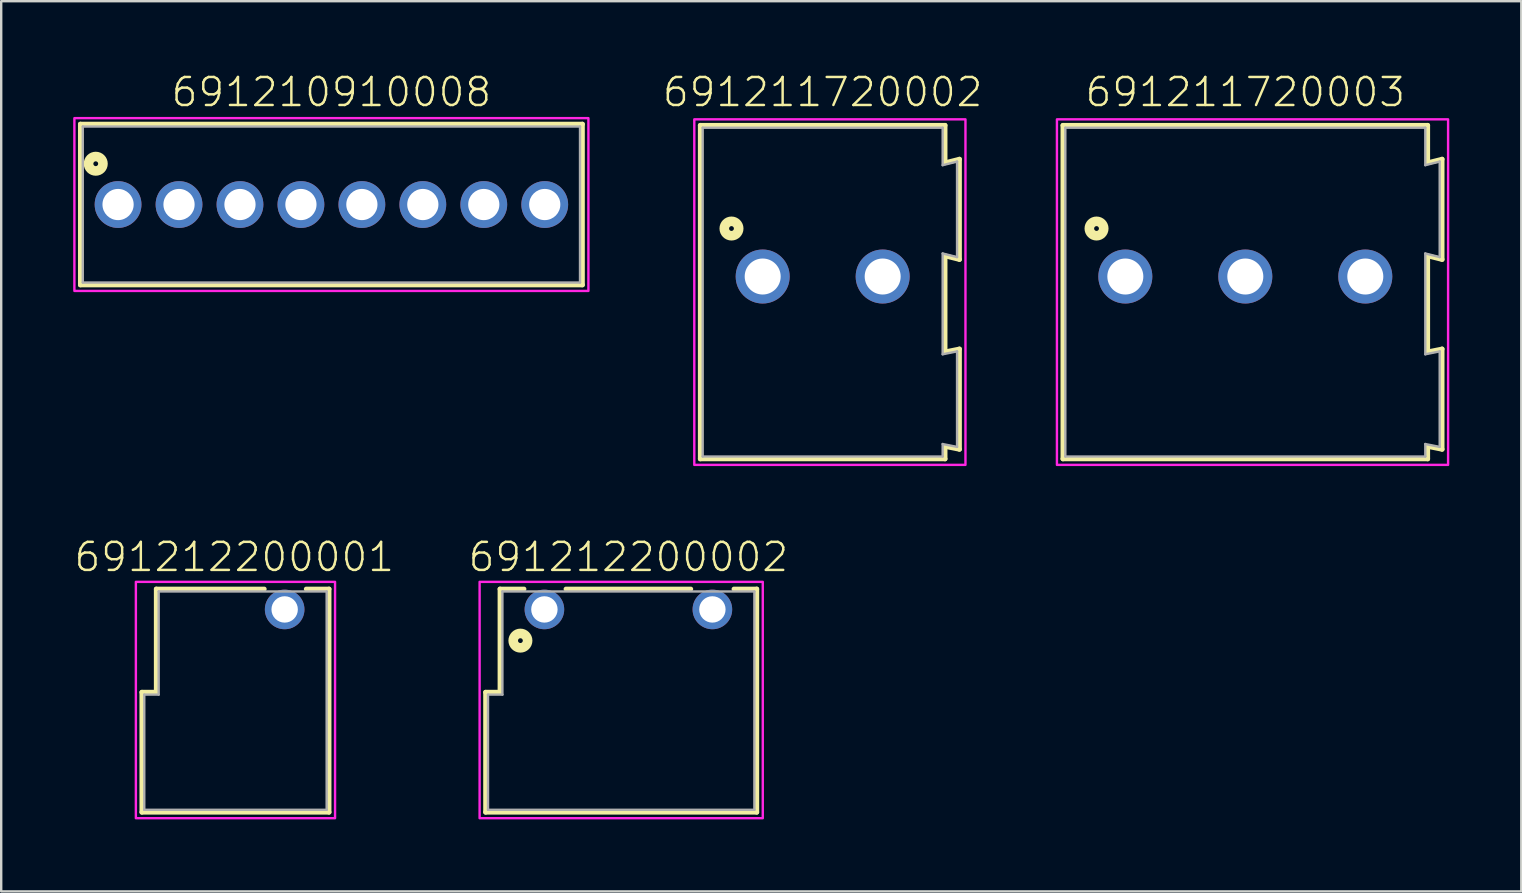
<source format=kicad_pcb>
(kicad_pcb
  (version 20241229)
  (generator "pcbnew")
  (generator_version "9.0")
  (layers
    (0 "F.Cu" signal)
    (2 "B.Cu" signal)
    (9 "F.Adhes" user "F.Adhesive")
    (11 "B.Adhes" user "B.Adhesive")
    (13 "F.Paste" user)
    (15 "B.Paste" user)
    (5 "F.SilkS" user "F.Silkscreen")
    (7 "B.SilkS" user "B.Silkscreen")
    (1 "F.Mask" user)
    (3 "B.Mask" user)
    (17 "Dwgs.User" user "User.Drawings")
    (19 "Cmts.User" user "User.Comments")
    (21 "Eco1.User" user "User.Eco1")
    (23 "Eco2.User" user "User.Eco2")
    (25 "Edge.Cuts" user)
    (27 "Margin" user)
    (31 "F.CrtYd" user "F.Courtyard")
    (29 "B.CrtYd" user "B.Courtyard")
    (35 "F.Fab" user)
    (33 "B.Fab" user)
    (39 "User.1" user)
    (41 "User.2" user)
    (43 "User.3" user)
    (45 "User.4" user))
  (footprint "691211720003"
    (layer "F.Cu")
    (at 48.844 8.473)
    (property "Reference" "691211720003" (at 0 -7 0) (unlocked yes) (layer "F.SilkS") (effects (font (size 1.168 1.168) (thickness 0.102)) (justify bottom)))
    (fp_line (start -7.6 -6.3) (end 7.6 -6.3) (stroke (width 0.2) (type solid)) (layer "F.SilkS"))
    (fp_line (start -7.6 7.6) (end -7.6 -6.3) (stroke (width 0.2) (type solid)) (layer "F.SilkS"))
    (fp_line (start 7.6 -6.3) (end 7.6 -4.74) (stroke (width 0.2) (type solid)) (layer "F.SilkS"))
    (fp_line (start 7.6 -4.74) (end 8.2 -4.89) (stroke (width 0.2) (type solid)) (layer "F.SilkS"))
    (fp_line (start 7.6 -0.86) (end 7.6 3.14) (stroke (width 0.2) (type solid)) (layer "F.SilkS"))
    (fp_line (start 7.6 3.14) (end 8.2 3.02) (stroke (width 0.2) (type solid)) (layer "F.SilkS"))
    (fp_line (start 7.6 7.08) (end 7.6 7.6) (stroke (width 0.2) (type solid)) (layer "F.SilkS"))
    (fp_line (start 7.6 7.6) (end -7.6 7.6) (stroke (width 0.2) (type solid)) (layer "F.SilkS"))
    (fp_line (start 8.2 -4.89) (end 8.2 -0.71) (stroke (width 0.2) (type solid)) (layer "F.SilkS"))
    (fp_line (start 8.2 -0.71) (end 7.6 -0.86) (stroke (width 0.2) (type solid)) (layer "F.SilkS"))
    (fp_line (start 8.2 3.02) (end 8.2 7.2) (stroke (width 0.2) (type solid)) (layer "F.SilkS"))
    (fp_line (start 8.2 7.2) (end 7.6 7.08) (stroke (width 0.2) (type solid)) (layer "F.SilkS"))
    (fp_circle (center -6.2 -2) (end -6.1 -2) (stroke (width 0.4) (type solid)) (fill no) (layer "F.SilkS"))
    (fp_poly (pts (xy 8.45 7.85) (xy -7.85 7.85) (xy -7.85 -6.55) (xy 8.45 -6.55)) (stroke (width 0.1) (type default)) (fill no) (layer "F.CrtYd"))
    (fp_line (start -7.5 -6.2) (end -7.5 7.5) (stroke (width 0.1) (type solid)) (layer "F.Fab"))
    (fp_line (start -7.5 7.5) (end 7.5 7.5) (stroke (width 0.1) (type solid)) (layer "F.Fab"))
    (fp_line (start 7.5 -6.2) (end -7.5 -6.2) (stroke (width 0.1) (type solid)) (layer "F.Fab"))
    (fp_line (start 7.5 -6.2) (end 7.5 -4.64) (stroke (width 0.1) (type solid)) (layer "F.Fab"))
    (fp_line (start 7.5 -4.64) (end 8.1 -4.79) (stroke (width 0.1) (type solid)) (layer "F.Fab"))
    (fp_line (start 7.5 -0.96) (end 7.5 3.24) (stroke (width 0.1) (type solid)) (layer "F.Fab"))
    (fp_line (start 7.5 -0.96) (end 8.1 -0.81) (stroke (width 0.1) (type solid)) (layer "F.Fab"))
    (fp_line (start 7.5 3.24) (end 8.1 3.12) (stroke (width 0.1) (type solid)) (layer "F.Fab"))
    (fp_line (start 7.5 6.98) (end 7.5 7.5) (stroke (width 0.1) (type solid)) (layer "F.Fab"))
    (fp_line (start 7.5 6.98) (end 8.1 7.1) (stroke (width 0.1) (type solid)) (layer "F.Fab"))
    (fp_line (start 8.1 -0.81) (end 8.1 -4.79) (stroke (width 0.1) (type solid)) (layer "F.Fab"))
    (fp_line (start 8.1 7.1) (end 8.1 3.12) (stroke (width 0.1) (type solid)) (layer "F.Fab"))
    (pad "1" thru_hole circle (at -5 0) (size 2.25 2.25) (drill 1.5) (layers "*.Cu" "*.Mask"))
    (pad "2" thru_hole circle (at 0 0) (size 2.25 2.25) (drill 1.5) (layers "*.Cu" "*.Mask"))
    (pad "3" thru_hole circle (at 5 0) (size 2.25 2.25) (drill 1.5) (layers "*.Cu" "*.Mask")))
  (footprint "691211720002"
    (layer "F.Cu")
    (at 31.232 8.473)
    (property "Reference" "691211720002" (at 0 -7 0) (unlocked yes) (layer "F.SilkS") (effects (font (size 1.168 1.168) (thickness 0.102)) (justify bottom)))
    (fp_line (start -5.1 -6.3) (end 5.1 -6.3) (stroke (width 0.2) (type solid)) (layer "F.SilkS"))
    (fp_line (start -5.1 7.6) (end -5.1 -6.3) (stroke (width 0.2) (type solid)) (layer "F.SilkS"))
    (fp_line (start 5.1 -6.3) (end 5.1 -4.74) (stroke (width 0.2) (type solid)) (layer "F.SilkS"))
    (fp_line (start 5.1 -4.74) (end 5.7 -4.89) (stroke (width 0.2) (type solid)) (layer "F.SilkS"))
    (fp_line (start 5.1 -0.86) (end 5.1 3.14) (stroke (width 0.2) (type solid)) (layer "F.SilkS"))
    (fp_line (start 5.1 3.14) (end 5.7 3.02) (stroke (width 0.2) (type solid)) (layer "F.SilkS"))
    (fp_line (start 5.1 7.08) (end 5.1 7.6) (stroke (width 0.2) (type solid)) (layer "F.SilkS"))
    (fp_line (start 5.1 7.6) (end -5.1 7.6) (stroke (width 0.2) (type solid)) (layer "F.SilkS"))
    (fp_line (start 5.7 -4.89) (end 5.7 -0.71) (stroke (width 0.2) (type solid)) (layer "F.SilkS"))
    (fp_line (start 5.7 -0.71) (end 5.1 -0.86) (stroke (width 0.2) (type solid)) (layer "F.SilkS"))
    (fp_line (start 5.7 3.02) (end 5.7 7.2) (stroke (width 0.2) (type solid)) (layer "F.SilkS"))
    (fp_line (start 5.7 7.2) (end 5.1 7.08) (stroke (width 0.2) (type solid)) (layer "F.SilkS"))
    (fp_circle (center -3.8 -2) (end -3.7 -2) (stroke (width 0.4) (type solid)) (fill no) (layer "F.SilkS"))
    (fp_poly (pts (xy 5.95 7.85) (xy -5.35 7.85) (xy -5.35 -6.55) (xy 5.95 -6.55)) (stroke (width 0.1) (type default)) (fill no) (layer "F.CrtYd"))
    (fp_line (start -5 -6.2) (end -5 7.5) (stroke (width 0.1) (type solid)) (layer "F.Fab"))
    (fp_line (start -5 7.5) (end 5 7.5) (stroke (width 0.1) (type solid)) (layer "F.Fab"))
    (fp_line (start 5 -6.2) (end -5 -6.2) (stroke (width 0.1) (type solid)) (layer "F.Fab"))
    (fp_line (start 5 -6.2) (end 5 -4.64) (stroke (width 0.1) (type solid)) (layer "F.Fab"))
    (fp_line (start 5 -4.64) (end 5.6 -4.79) (stroke (width 0.1) (type solid)) (layer "F.Fab"))
    (fp_line (start 5 -0.96) (end 5 3.24) (stroke (width 0.1) (type solid)) (layer "F.Fab"))
    (fp_line (start 5 -0.96) (end 5.6 -0.81) (stroke (width 0.1) (type solid)) (layer "F.Fab"))
    (fp_line (start 5 3.24) (end 5.6 3.12) (stroke (width 0.1) (type solid)) (layer "F.Fab"))
    (fp_line (start 5 6.98) (end 5 7.5) (stroke (width 0.1) (type solid)) (layer "F.Fab"))
    (fp_line (start 5 6.98) (end 5.6 7.1) (stroke (width 0.1) (type solid)) (layer "F.Fab"))
    (fp_line (start 5.6 -0.81) (end 5.6 -4.79) (stroke (width 0.1) (type solid)) (layer "F.Fab"))
    (fp_line (start 5.6 7.1) (end 5.6 3.12) (stroke (width 0.1) (type solid)) (layer "F.Fab"))
    (pad "1" thru_hole circle (at -2.5 0) (size 2.25 2.25) (drill 1.5) (layers "*.Cu" "*.Mask"))
    (pad "2" thru_hole circle (at 2.5 0) (size 2.25 2.25) (drill 1.5) (layers "*.Cu" "*.Mask")))
  (footprint "691212200001"
    (layer "F.Cu")
    (at 8.812 22.346)
    (property "Reference" "691212200001" (at -2.1 -1.5 0) (unlocked yes) (layer "F.SilkS") (effects (font (size 1.168 1.168) (thickness 0.102)) (justify bottom)))
    (fp_line (start -5.95 3.45) (end -5.35 3.45) (stroke (width 0.2) (type solid)) (layer "F.SilkS"))
    (fp_line (start -5.95 8.45) (end -5.95 3.45) (stroke (width 0.2) (type solid)) (layer "F.SilkS"))
    (fp_line (start -5.35 -0.85) (end -0.85 -0.85) (stroke (width 0.2) (type solid)) (layer "F.SilkS"))
    (fp_line (start -5.35 3.45) (end -5.35 -0.85) (stroke (width 0.2) (type solid)) (layer "F.SilkS"))
    (fp_line (start 0.9 -0.85) (end 1.85 -0.85) (stroke (width 0.2) (type solid)) (layer "F.SilkS"))
    (fp_line (start 1.85 -0.85) (end 1.85 8.45) (stroke (width 0.2) (type solid)) (layer "F.SilkS"))
    (fp_line (start 1.85 8.45) (end -5.95 8.45) (stroke (width 0.2) (type solid)) (layer "F.SilkS"))
    (fp_poly (pts (xy 2.1 8.7) (xy -6.2 8.7) (xy -6.2 -1.15) (xy 2.1 -1.15)) (stroke (width 0.1) (type default)) (fill no) (layer "F.CrtYd"))
    (fp_line (start -5.85 3.55) (end -5.25 3.55) (stroke (width 0.1) (type solid)) (layer "F.Fab"))
    (fp_line (start -5.85 8.35) (end -5.85 3.55) (stroke (width 0.1) (type solid)) (layer "F.Fab"))
    (fp_line (start -5.25 -0.75) (end -5.25 3.55) (stroke (width 0.1) (type solid)) (layer "F.Fab"))
    (fp_line (start -5.25 -0.75) (end 1.75 -0.75) (stroke (width 0.1) (type solid)) (layer "F.Fab"))
    (fp_line (start 1.75 -0.75) (end 1.75 8.35) (stroke (width 0.1) (type solid)) (layer "F.Fab"))
    (fp_line (start 1.75 8.35) (end -5.85 8.35) (stroke (width 0.1) (type solid)) (layer "F.Fab"))
    (pad "1" thru_hole circle (at 0 0) (size 1.65 1.65) (drill 1.1) (layers "*.Cu" "*.Mask")))
  (footprint "691210910008"
    (layer "F.Cu")
    (at 10.76 5.473)
    (property "Reference" "691210910008" (at 0 -4 0) (unlocked yes) (layer "F.SilkS") (effects (font (size 1.168 1.168) (thickness 0.102)) (justify bottom)))
    (fp_line (start -10.46 -3.35) (end 10.46 -3.35) (stroke (width 0.2) (type solid)) (layer "F.SilkS"))
    (fp_line (start -10.46 3.35) (end -10.46 -3.35) (stroke (width 0.2) (type solid)) (layer "F.SilkS"))
    (fp_line (start 10.46 -3.35) (end 10.46 3.35) (stroke (width 0.2) (type solid)) (layer "F.SilkS"))
    (fp_line (start 10.46 3.35) (end -10.46 3.35) (stroke (width 0.2) (type solid)) (layer "F.SilkS"))
    (fp_circle (center -9.82 -1.7) (end -9.72 -1.7) (stroke (width 0.4) (type solid)) (fill no) (layer "F.SilkS"))
    (fp_poly (pts (xy 10.71 3.6) (xy -10.71 3.6) (xy -10.71 -3.6) (xy 10.71 -3.6)) (stroke (width 0.1) (type default)) (fill no) (layer "F.CrtYd"))
    (fp_line (start -10.36 -3.25) (end -10.36 3.25) (stroke (width 0.1) (type solid)) (layer "F.Fab"))
    (fp_line (start -10.36 3.25) (end 10.36 3.25) (stroke (width 0.1) (type solid)) (layer "F.Fab"))
    (fp_line (start 10.36 -3.25) (end -10.36 -3.25) (stroke (width 0.1) (type solid)) (layer "F.Fab"))
    (fp_line (start 10.36 3.25) (end 10.36 -3.25) (stroke (width 0.1) (type solid)) (layer "F.Fab"))
    (pad "1" thru_hole circle (at -8.89 0) (size 1.95 1.95) (drill 1.3) (layers "*.Cu" "*.Mask"))
    (pad "2" thru_hole circle (at -6.35 0) (size 1.95 1.95) (drill 1.3) (layers "*.Cu" "*.Mask"))
    (pad "3" thru_hole circle (at -3.81 0) (size 1.95 1.95) (drill 1.3) (layers "*.Cu" "*.Mask"))
    (pad "4" thru_hole circle (at -1.27 0) (size 1.95 1.95) (drill 1.3) (layers "*.Cu" "*.Mask"))
    (pad "5" thru_hole circle (at 1.27 0) (size 1.95 1.95) (drill 1.3) (layers "*.Cu" "*.Mask"))
    (pad "6" thru_hole circle (at 3.81 0) (size 1.95 1.95) (drill 1.3) (layers "*.Cu" "*.Mask"))
    (pad "7" thru_hole circle (at 6.35 0) (size 1.95 1.95) (drill 1.3) (layers "*.Cu" "*.Mask"))
    (pad "8" thru_hole circle (at 8.89 0) (size 1.95 1.95) (drill 1.3) (layers "*.Cu" "*.Mask")))
  (footprint "691212200002"
    (layer "F.Cu")
    (at 23.136 22.346)
    (property "Reference" "691212200002" (at 0 -1.5 0) (unlocked yes) (layer "F.SilkS") (effects (font (size 1.168 1.168) (thickness 0.102)) (justify bottom)))
    (fp_line (start -5.95 3.45) (end -5.35 3.45) (stroke (width 0.2) (type solid)) (layer "F.SilkS"))
    (fp_line (start -5.95 8.45) (end -5.95 3.45) (stroke (width 0.2) (type solid)) (layer "F.SilkS"))
    (fp_line (start -5.35 -0.85) (end -4.35 -0.85) (stroke (width 0.2) (type solid)) (layer "F.SilkS"))
    (fp_line (start -5.35 3.45) (end -5.35 -0.85) (stroke (width 0.2) (type solid)) (layer "F.SilkS"))
    (fp_line (start -2.6 -0.85) (end 2.6 -0.85) (stroke (width 0.2) (type solid)) (layer "F.SilkS"))
    (fp_line (start 4.4 -0.85) (end 5.35 -0.85) (stroke (width 0.2) (type solid)) (layer "F.SilkS"))
    (fp_line (start 5.35 -0.85) (end 5.35 8.45) (stroke (width 0.2) (type solid)) (layer "F.SilkS"))
    (fp_line (start 5.35 8.45) (end -5.95 8.45) (stroke (width 0.2) (type solid)) (layer "F.SilkS"))
    (fp_circle (center -4.5 1.3) (end -4.4 1.3) (stroke (width 0.4) (type solid)) (fill no) (layer "F.SilkS"))
    (fp_poly (pts (xy 5.6 8.7) (xy -6.2 8.7) (xy -6.2 -1.15) (xy 5.6 -1.15)) (stroke (width 0.1) (type default)) (fill no) (layer "F.CrtYd"))
    (fp_line (start -5.85 3.55) (end -5.25 3.55) (stroke (width 0.1) (type solid)) (layer "F.Fab"))
    (fp_line (start -5.85 8.35) (end -5.85 3.55) (stroke (width 0.1) (type solid)) (layer "F.Fab"))
    (fp_line (start -5.25 -0.75) (end -5.25 3.55) (stroke (width 0.1) (type solid)) (layer "F.Fab"))
    (fp_line (start -5.25 -0.75) (end 5.25 -0.75) (stroke (width 0.1) (type solid)) (layer "F.Fab"))
    (fp_line (start 5.25 -0.75) (end 5.25 8.35) (stroke (width 0.1) (type solid)) (layer "F.Fab"))
    (fp_line (start 5.25 8.35) (end -5.85 8.35) (stroke (width 0.1) (type solid)) (layer "F.Fab"))
    (pad "1" thru_hole circle (at -3.5 0) (size 1.65 1.65) (drill 1.1) (layers "*.Cu" "*.Mask"))
    (pad "2" thru_hole circle (at 3.5 0) (size 1.65 1.65) (drill 1.1) (layers "*.Cu" "*.Mask")))
  (gr_rect
    (start -3 -3)
    (end 60.344 34.096)
    (stroke (width 0.1) (type default))
    (fill no)
    (layer "Edge.Cuts")))
</source>
